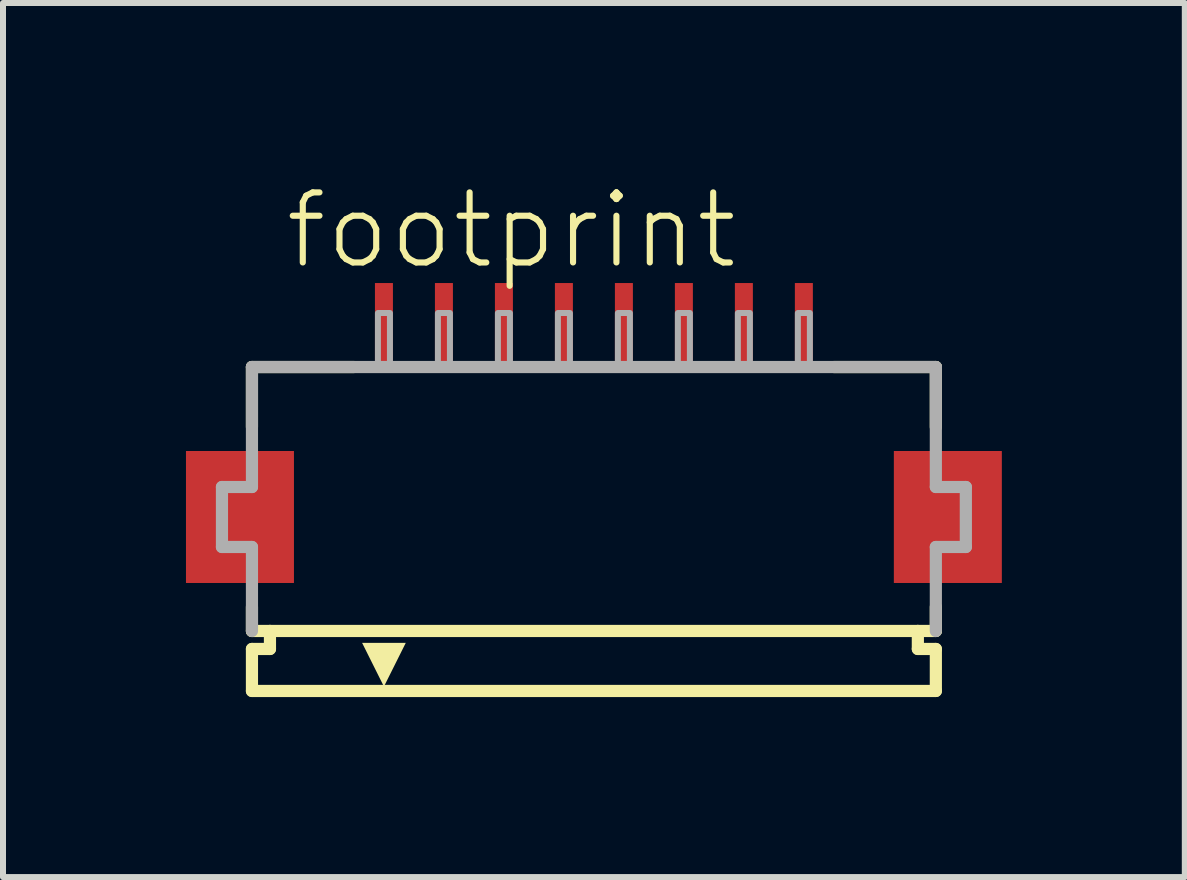
<source format=kicad_pcb>
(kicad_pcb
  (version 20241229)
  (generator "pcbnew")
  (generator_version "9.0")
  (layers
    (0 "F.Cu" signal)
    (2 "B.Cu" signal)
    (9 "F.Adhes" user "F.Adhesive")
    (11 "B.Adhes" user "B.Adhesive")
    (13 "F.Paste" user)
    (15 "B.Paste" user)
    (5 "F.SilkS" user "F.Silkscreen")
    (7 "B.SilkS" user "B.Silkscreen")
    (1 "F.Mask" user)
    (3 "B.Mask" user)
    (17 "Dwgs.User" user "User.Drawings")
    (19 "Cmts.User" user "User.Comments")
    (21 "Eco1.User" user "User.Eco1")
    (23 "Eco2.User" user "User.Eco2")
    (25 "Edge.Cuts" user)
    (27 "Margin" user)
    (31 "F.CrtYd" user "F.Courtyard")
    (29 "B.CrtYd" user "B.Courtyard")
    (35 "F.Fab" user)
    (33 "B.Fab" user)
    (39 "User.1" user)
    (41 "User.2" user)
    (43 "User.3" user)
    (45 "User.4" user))
  (footprint "footprint"
    (layer "F.Cu")
    (at 6.85 5.568)
    (property "Reference" "footprint" (at -5.198 -4.095 0) (layer "F.SilkS") (effects (font (size 1.168 1.168) (thickness 0.102)) (justify left bottom)))
    (fp_poly (pts (xy -5 -1.1) (xy -6.8 -1.1) (xy -6.8 1.1) (xy -5 1.1)) (stroke (width 0) (type solid)) (fill yes) (layer "F.Cu"))
    (fp_poly (pts (xy 6.8 -1.1) (xy 5 -1.1) (xy 5 1.1) (xy 6.8 1.1)) (stroke (width 0) (type solid)) (fill yes) (layer "F.Cu"))
    (fp_poly (pts (xy -4.95 -1.175) (xy -6.85 -1.175) (xy -6.85 1.175) (xy -4.95 1.175)) (stroke (width 0) (type solid)) (fill yes) (layer "F.Mask"))
    (fp_poly (pts (xy -3.7 -2.55) (xy -3.3 -2.55) (xy -3.3 -3.95) (xy -3.7 -3.95)) (stroke (width 0) (type solid)) (fill yes) (layer "F.Mask"))
    (fp_poly (pts (xy -2.7 -2.55) (xy -2.3 -2.55) (xy -2.3 -3.95) (xy -2.7 -3.95)) (stroke (width 0) (type solid)) (fill yes) (layer "F.Mask"))
    (fp_poly (pts (xy -1.7 -2.55) (xy -1.3 -2.55) (xy -1.3 -3.95) (xy -1.7 -3.95)) (stroke (width 0) (type solid)) (fill yes) (layer "F.Mask"))
    (fp_poly (pts (xy -0.7 -2.55) (xy -0.3 -2.55) (xy -0.3 -3.95) (xy -0.7 -3.95)) (stroke (width 0) (type solid)) (fill yes) (layer "F.Mask"))
    (fp_poly (pts (xy 0.3 -2.55) (xy 0.7 -2.55) (xy 0.7 -3.95) (xy 0.3 -3.95)) (stroke (width 0) (type solid)) (fill yes) (layer "F.Mask"))
    (fp_poly (pts (xy 1.3 -2.55) (xy 1.7 -2.55) (xy 1.7 -3.95) (xy 1.3 -3.95)) (stroke (width 0) (type solid)) (fill yes) (layer "F.Mask"))
    (fp_poly (pts (xy 2.3 -2.55) (xy 2.7 -2.55) (xy 2.7 -3.95) (xy 2.3 -3.95)) (stroke (width 0) (type solid)) (fill yes) (layer "F.Mask"))
    (fp_poly (pts (xy 3.3 -2.55) (xy 3.7 -2.55) (xy 3.7 -3.95) (xy 3.3 -3.95)) (stroke (width 0) (type solid)) (fill yes) (layer "F.Mask"))
    (fp_poly (pts (xy 6.85 -1.175) (xy 4.95 -1.175) (xy 4.95 1.175) (xy 6.85 1.175)) (stroke (width 0) (type solid)) (fill yes) (layer "F.Mask"))
    (fp_line (start -5.7 -2.5) (end -5.7 -1.5) (stroke (width 0.203) (type solid)) (layer "F.SilkS"))
    (fp_line (start -5.7 1.5) (end -5.7 1.9) (stroke (width 0.203) (type solid)) (layer "F.SilkS"))
    (fp_line (start -5.7 1.9) (end -5.4 1.9) (stroke (width 0.203) (type solid)) (layer "F.SilkS"))
    (fp_line (start -5.7 2.2) (end -5.7 2.9) (stroke (width 0.203) (type solid)) (layer "F.SilkS"))
    (fp_line (start -5.4 1.9) (end -5.4 2.2) (stroke (width 0.203) (type solid)) (layer "F.SilkS"))
    (fp_line (start -5.4 2.2) (end -5.7 2.2) (stroke (width 0.203) (type solid)) (layer "F.SilkS"))
    (fp_line (start -4 -2.5) (end -5.7 -2.5) (stroke (width 0.203) (type solid)) (layer "F.SilkS"))
    (fp_line (start 5.4 1.9) (end -5.4 1.9) (stroke (width 0.203) (type solid)) (layer "F.SilkS"))
    (fp_line (start 5.4 1.9) (end 5.7 1.9) (stroke (width 0.203) (type solid)) (layer "F.SilkS"))
    (fp_line (start 5.4 2.2) (end 5.4 1.9) (stroke (width 0.203) (type solid)) (layer "F.SilkS"))
    (fp_line (start 5.7 -2.5) (end 4 -2.5) (stroke (width 0.203) (type solid)) (layer "F.SilkS"))
    (fp_line (start 5.7 -1.5) (end 5.7 -2.5) (stroke (width 0.203) (type solid)) (layer "F.SilkS"))
    (fp_line (start 5.7 1.9) (end 5.7 1.5) (stroke (width 0.203) (type solid)) (layer "F.SilkS"))
    (fp_line (start 5.7 2.2) (end 5.4 2.2) (stroke (width 0.203) (type solid)) (layer "F.SilkS"))
    (fp_line (start 5.7 2.9) (end -5.7 2.9) (stroke (width 0.203) (type solid)) (layer "F.SilkS"))
    (fp_line (start 5.7 2.9) (end 5.7 2.2) (stroke (width 0.203) (type solid)) (layer "F.SilkS"))
    (fp_poly (pts (xy -3.5 2.827) (xy -3.864 2.098) (xy -3.136 2.098)) (stroke (width 0) (type solid)) (fill yes) (layer "F.SilkS"))
    (fp_poly (pts (xy -5.075 -1.025) (xy -6.725 -1.025) (xy -6.725 1.025) (xy -5.075 1.025)) (stroke (width 0) (type solid)) (fill yes) (layer "F.Paste"))
    (fp_poly (pts (xy -3.625 -2.625) (xy -3.375 -2.625) (xy -3.375 -3.875) (xy -3.625 -3.875)) (stroke (width 0) (type solid)) (fill yes) (layer "F.Paste"))
    (fp_poly (pts (xy -2.625 -2.625) (xy -2.375 -2.625) (xy -2.375 -3.875) (xy -2.625 -3.875)) (stroke (width 0) (type solid)) (fill yes) (layer "F.Paste"))
    (fp_poly (pts (xy -1.625 -2.625) (xy -1.375 -2.625) (xy -1.375 -3.875) (xy -1.625 -3.875)) (stroke (width 0) (type solid)) (fill yes) (layer "F.Paste"))
    (fp_poly (pts (xy -0.625 -2.625) (xy -0.375 -2.625) (xy -0.375 -3.875) (xy -0.625 -3.875)) (stroke (width 0) (type solid)) (fill yes) (layer "F.Paste"))
    (fp_poly (pts (xy 0.375 -2.625) (xy 0.625 -2.625) (xy 0.625 -3.875) (xy 0.375 -3.875)) (stroke (width 0) (type solid)) (fill yes) (layer "F.Paste"))
    (fp_poly (pts (xy 1.375 -2.625) (xy 1.625 -2.625) (xy 1.625 -3.875) (xy 1.375 -3.875)) (stroke (width 0) (type solid)) (fill yes) (layer "F.Paste"))
    (fp_poly (pts (xy 2.375 -2.625) (xy 2.625 -2.625) (xy 2.625 -3.875) (xy 2.375 -3.875)) (stroke (width 0) (type solid)) (fill yes) (layer "F.Paste"))
    (fp_poly (pts (xy 3.375 -2.625) (xy 3.625 -2.625) (xy 3.625 -3.875) (xy 3.375 -3.875)) (stroke (width 0) (type solid)) (fill yes) (layer "F.Paste"))
    (fp_poly (pts (xy 6.725 -1.025) (xy 5.075 -1.025) (xy 5.075 1.025) (xy 6.725 1.025)) (stroke (width 0) (type solid)) (fill yes) (layer "F.Paste"))
    (fp_line (start -6.2 -0.5) (end -6.2 0.5) (stroke (width 0.203) (type solid)) (layer "F.Fab"))
    (fp_line (start -6.2 0.5) (end -5.7 0.5) (stroke (width 0.203) (type solid)) (layer "F.Fab"))
    (fp_line (start -5.7 -2.5) (end -5.7 -0.5) (stroke (width 0.203) (type solid)) (layer "F.Fab"))
    (fp_line (start -5.7 -0.5) (end -6.2 -0.5) (stroke (width 0.203) (type solid)) (layer "F.Fab"))
    (fp_line (start -5.7 0.5) (end -5.7 1.9) (stroke (width 0.203) (type solid)) (layer "F.Fab"))
    (fp_line (start 5.7 -2.5) (end -5.7 -2.5) (stroke (width 0.203) (type solid)) (layer "F.Fab"))
    (fp_line (start 5.7 -0.5) (end 5.7 -2.5) (stroke (width 0.203) (type solid)) (layer "F.Fab"))
    (fp_line (start 5.7 0.5) (end 6.2 0.5) (stroke (width 0.203) (type solid)) (layer "F.Fab"))
    (fp_line (start 5.7 1.9) (end 5.7 0.5) (stroke (width 0.203) (type solid)) (layer "F.Fab"))
    (fp_line (start 6.2 -0.5) (end 5.7 -0.5) (stroke (width 0.203) (type solid)) (layer "F.Fab"))
    (fp_line (start 6.2 0.5) (end 6.2 -0.5) (stroke (width 0.203) (type solid)) (layer "F.Fab"))
    (fp_poly (pts (xy -3.6 -2.55) (xy -3.4 -2.55) (xy -3.4 -3.4) (xy -3.6 -3.4)) (stroke (width 0.1) (type solid)) (fill no) (layer "F.Fab"))
    (fp_poly (pts (xy -2.6 -2.55) (xy -2.4 -2.55) (xy -2.4 -3.4) (xy -2.6 -3.4)) (stroke (width 0.1) (type solid)) (fill no) (layer "F.Fab"))
    (fp_poly (pts (xy -1.6 -2.55) (xy -1.4 -2.55) (xy -1.4 -3.4) (xy -1.6 -3.4)) (stroke (width 0.1) (type solid)) (fill no) (layer "F.Fab"))
    (fp_poly (pts (xy -0.6 -2.55) (xy -0.4 -2.55) (xy -0.4 -3.4) (xy -0.6 -3.4)) (stroke (width 0.1) (type solid)) (fill no) (layer "F.Fab"))
    (fp_poly (pts (xy 0.4 -2.55) (xy 0.6 -2.55) (xy 0.6 -3.4) (xy 0.4 -3.4)) (stroke (width 0.1) (type solid)) (fill no) (layer "F.Fab"))
    (fp_poly (pts (xy 1.4 -2.55) (xy 1.6 -2.55) (xy 1.6 -3.4) (xy 1.4 -3.4)) (stroke (width 0.1) (type solid)) (fill no) (layer "F.Fab"))
    (fp_poly (pts (xy 2.4 -2.55) (xy 2.6 -2.55) (xy 2.6 -3.4) (xy 2.4 -3.4)) (stroke (width 0.1) (type solid)) (fill no) (layer "F.Fab"))
    (fp_poly (pts (xy 3.4 -2.55) (xy 3.6 -2.55) (xy 3.6 -3.4) (xy 3.4 -3.4)) (stroke (width 0.1) (type solid)) (fill no) (layer "F.Fab"))
    (pad "1" smd rect (at -3.5 -3.25) (size 0.3 1.3) (layers "F.Cu"))
    (pad "2" smd rect (at -2.5 -3.25) (size 0.3 1.3) (layers "F.Cu"))
    (pad "3" smd rect (at -1.5 -3.25) (size 0.3 1.3) (layers "F.Cu"))
    (pad "4" smd rect (at -0.5 -3.25) (size 0.3 1.3) (layers "F.Cu"))
    (pad "5" smd rect (at 0.5 -3.25) (size 0.3 1.3) (layers "F.Cu"))
    (pad "6" smd rect (at 1.5 -3.25) (size 0.3 1.3) (layers "F.Cu"))
    (pad "7" smd rect (at 2.5 -3.25) (size 0.3 1.3) (layers "F.Cu"))
    (pad "8" smd rect (at 3.5 -3.25) (size 0.3 1.3) (layers "F.Cu")))
  (gr_rect
    (start -3 -3)
    (end 16.7 11.57)
    (stroke (width 0.1) (type default))
    (fill no)
    (layer "Edge.Cuts")))
</source>
